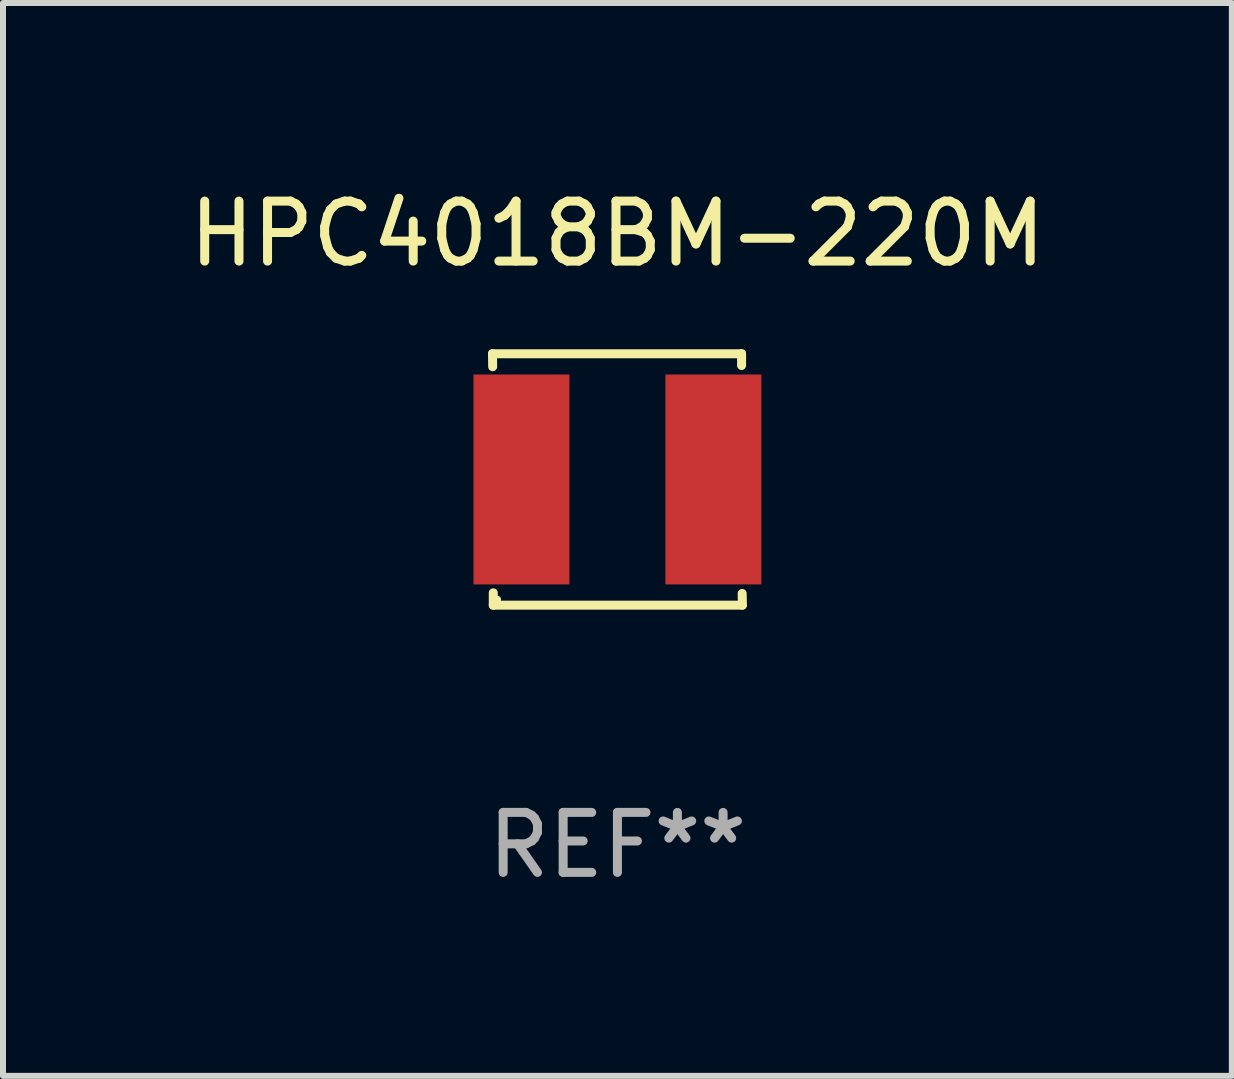
<source format=kicad_pcb>
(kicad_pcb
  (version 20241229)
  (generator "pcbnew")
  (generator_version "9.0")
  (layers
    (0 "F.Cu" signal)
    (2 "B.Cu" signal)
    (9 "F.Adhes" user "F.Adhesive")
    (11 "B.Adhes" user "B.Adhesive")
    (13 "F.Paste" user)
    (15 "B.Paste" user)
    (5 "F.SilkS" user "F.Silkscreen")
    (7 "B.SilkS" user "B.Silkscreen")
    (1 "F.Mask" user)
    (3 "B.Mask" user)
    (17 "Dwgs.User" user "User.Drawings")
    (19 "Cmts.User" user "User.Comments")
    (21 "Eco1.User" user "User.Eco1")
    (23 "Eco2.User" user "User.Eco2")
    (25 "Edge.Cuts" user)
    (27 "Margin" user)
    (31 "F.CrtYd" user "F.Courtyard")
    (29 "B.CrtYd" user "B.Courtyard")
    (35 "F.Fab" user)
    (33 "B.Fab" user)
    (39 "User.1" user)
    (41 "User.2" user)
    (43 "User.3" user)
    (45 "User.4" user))
  (footprint "HPC4018BM-220M"
    (layer "F.Cu")
    (at 7.244 4.944)
    (property "Reference" "HPC4018BM-220M" (at 0 -4.096 0) (layer "F.SilkS") (effects (font (size 1 1) (thickness 0.15))))
    (attr through_hole)
    (fp_line (start -2.083 -2.096) (end -2.08 -1.88) (stroke (width 0.15) (type solid)) (layer "F.SilkS"))
    (fp_line (start -2.07 1.89) (end -2.07 2.096) (stroke (width 0.15) (type solid)) (layer "F.SilkS"))
    (fp_line (start -2.07 2.096) (end 2.083 2.096) (stroke (width 0.15) (type solid)) (layer "F.SilkS"))
    (fp_line (start 2.07 -1.9) (end 2.07 -2.096) (stroke (width 0.15) (type solid)) (layer "F.SilkS"))
    (fp_line (start 2.07 -2.096) (end -2.083 -2.096) (stroke (width 0.15) (type solid)) (layer "F.SilkS"))
    (fp_line (start 2.083 2.096) (end 2.08 1.9) (stroke (width 0.15) (type solid)) (layer "F.SilkS"))
    (fp_circle (center -2 2) (end -1.97 2) (stroke (width 0.06) (type solid)) (fill no) (layer "F.SilkS"))
    (fp_text user "REF**" (at 0 6.096 0) (layer "F.Fab") (effects (font (size 1 1) (thickness 0.15))))
    (pad "1" smd rect (at -1.6 -0.000343) (size 1.6 3.5) (layers "F.Cu" "F.Mask" "F.Paste"))
    (pad "2" smd rect (at 1.6 -0.000343) (size 1.6 3.5) (layers "F.Cu" "F.Mask" "F.Paste")))
  (gr_rect
    (start -3 -3)
    (end 17.488 14.888)
    (stroke (width 0.1) (type default))
    (fill no)
    (layer "Edge.Cuts")))
</source>
